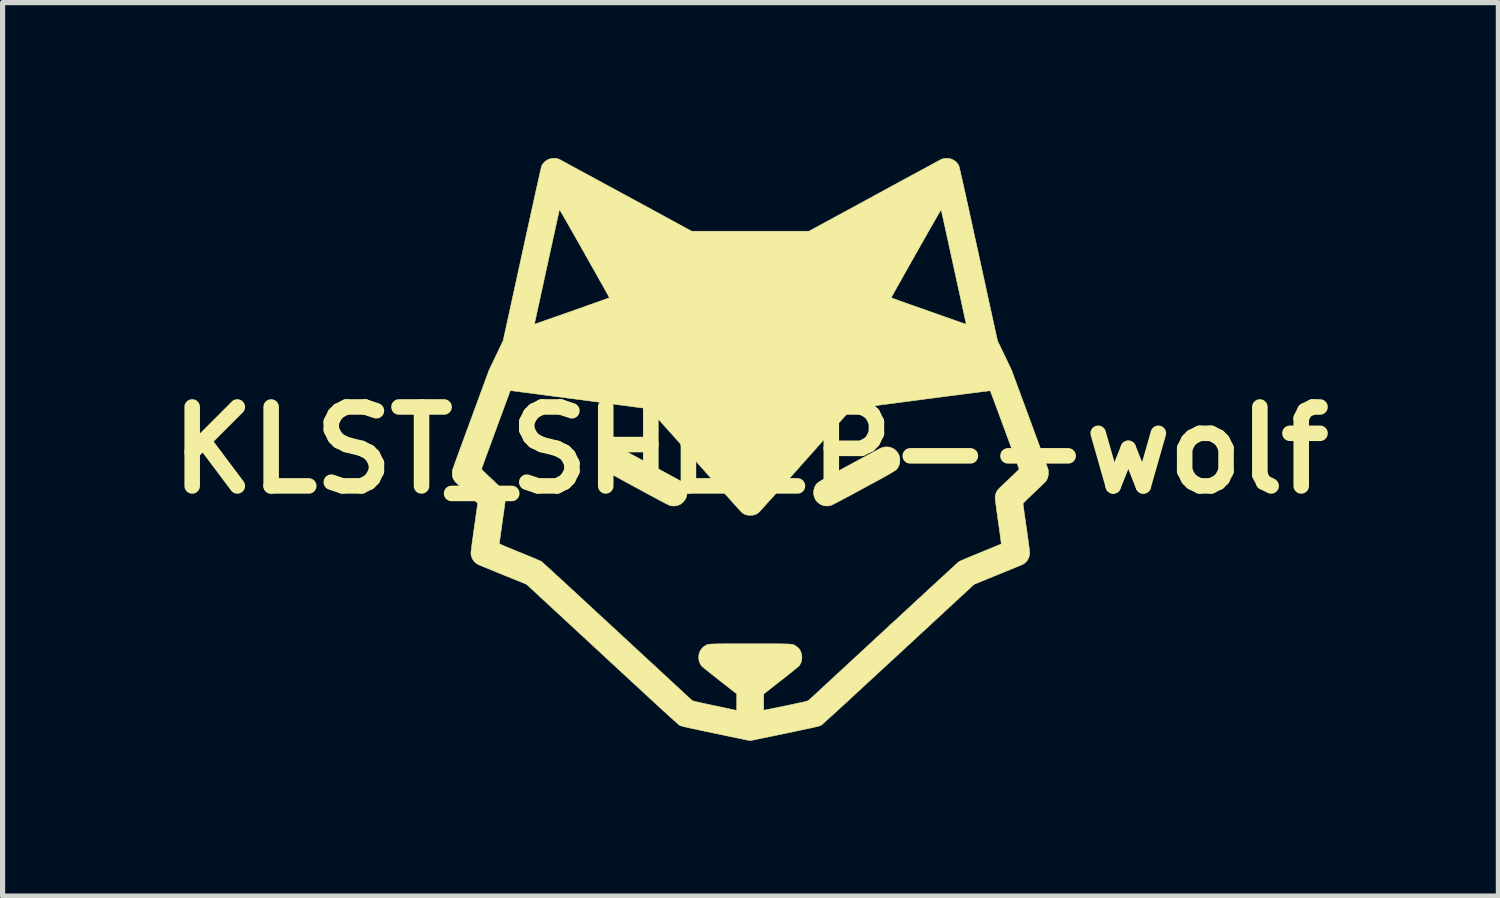
<source format=kicad_pcb>
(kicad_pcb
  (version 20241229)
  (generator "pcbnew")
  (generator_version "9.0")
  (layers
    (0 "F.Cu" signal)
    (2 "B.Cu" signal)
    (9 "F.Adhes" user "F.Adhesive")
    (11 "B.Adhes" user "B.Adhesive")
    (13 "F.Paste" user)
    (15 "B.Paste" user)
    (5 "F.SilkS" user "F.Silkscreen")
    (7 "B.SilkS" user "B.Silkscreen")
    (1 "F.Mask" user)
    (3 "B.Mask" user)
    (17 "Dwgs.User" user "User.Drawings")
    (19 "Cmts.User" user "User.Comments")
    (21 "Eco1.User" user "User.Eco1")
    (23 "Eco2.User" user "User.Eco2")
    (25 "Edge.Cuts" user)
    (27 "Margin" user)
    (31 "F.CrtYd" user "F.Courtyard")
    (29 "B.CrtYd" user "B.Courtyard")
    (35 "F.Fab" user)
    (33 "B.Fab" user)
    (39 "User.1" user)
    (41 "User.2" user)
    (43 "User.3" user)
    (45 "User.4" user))
  (footprint "KLST_SHEEP--wolf"
    (layer "F.Cu")
    (at 11.437 5.641)
    (property "Reference" "KLST_SHEEP--wolf" (at 0 0 0) (layer "F.SilkS") (effects (font (size 1.524 1.524) (thickness 0.3))))
    (attr through_hole)
    (fp_poly (pts (xy -2.587 -0.062) (xy -2.538 -0.048) (xy -2.526 -0.043) (xy -2.518 -0.039) (xy -2.501 -0.03) (xy -2.476 -0.016) (xy -2.443 0.001) (xy -2.403 0.023) (xy -2.357 0.047) (xy -2.306 0.075) (xy -2.25 0.105) (xy -2.19 0.137) (xy -2.128 0.171) (xy -2.063 0.206) (xy -1.996 0.242) (xy -1.929 0.278) (xy -1.863 0.315) (xy -1.796 0.351) (xy -1.732 0.386) (xy -1.67 0.419) (xy -1.611 0.451) (xy -1.556 0.481) (xy -1.505 0.509) (xy -1.46 0.533) (xy -1.421 0.554) (xy -1.39 0.572) (xy -1.365 0.585) (xy -1.35 0.594) (xy -1.345 0.596) (xy -1.323 0.612) (xy -1.299 0.635) (xy -1.276 0.66) (xy -1.259 0.684) (xy -1.254 0.693) (xy -1.237 0.736) (xy -1.228 0.783) (xy -1.225 0.832) (xy -1.23 0.877) (xy -1.231 0.88) (xy -1.246 0.924) (xy -1.271 0.967) (xy -1.303 1.004) (xy -1.34 1.035) (xy -1.367 1.05) (xy -1.419 1.069) (xy -1.47 1.077) (xy -1.521 1.074) (xy -1.552 1.068) (xy -1.561 1.064) (xy -1.576 1.058) (xy -1.596 1.048) (xy -1.623 1.035) (xy -1.657 1.018) (xy -1.697 0.996) (xy -1.745 0.971) (xy -1.801 0.941) (xy -1.865 0.907) (xy -1.937 0.868) (xy -2.019 0.824) (xy -2.109 0.775) (xy -2.184 0.734) (xy -2.261 0.693) (xy -2.335 0.652) (xy -2.406 0.614) (xy -2.473 0.577) (xy -2.536 0.542) (xy -2.594 0.51) (xy -2.646 0.482) (xy -2.692 0.456) (xy -2.73 0.434) (xy -2.762 0.417) (xy -2.785 0.403) (xy -2.799 0.395) (xy -2.803 0.392) (xy -2.836 0.358) (xy -2.862 0.317) (xy -2.879 0.272) (xy -2.889 0.223) (xy -2.89 0.173) (xy -2.882 0.124) (xy -2.865 0.077) (xy -2.85 0.051) (xy -2.819 0.011) (xy -2.78 -0.021) (xy -2.736 -0.044) (xy -2.688 -0.059) (xy -2.638 -0.065) (xy -2.587 -0.062)) (stroke (width 0.01) (type solid)) (fill yes) (layer "F.SilkS"))
    (fp_poly (pts (xy 2.662 -0.063) (xy 2.711 -0.052) (xy 2.757 -0.031) (xy 2.798 -0.002) (xy 2.834 0.036) (xy 2.845 0.052) (xy 2.866 0.092) (xy 2.879 0.134) (xy 2.884 0.181) (xy 2.883 0.21) (xy 2.882 0.237) (xy 2.879 0.258) (xy 2.873 0.277) (xy 2.864 0.298) (xy 2.86 0.307) (xy 2.855 0.318) (xy 2.85 0.328) (xy 2.845 0.338) (xy 2.839 0.347) (xy 2.833 0.356) (xy 2.824 0.365) (xy 2.813 0.375) (xy 2.8 0.385) (xy 2.783 0.397) (xy 2.763 0.411) (xy 2.738 0.426) (xy 2.708 0.444) (xy 2.673 0.464) (xy 2.632 0.487) (xy 2.584 0.514) (xy 2.53 0.544) (xy 2.468 0.578) (xy 2.398 0.616) (xy 2.319 0.658) (xy 2.231 0.706) (xy 2.177 0.735) (xy 2.083 0.786) (xy 1.997 0.833) (xy 1.921 0.874) (xy 1.853 0.91) (xy 1.793 0.942) (xy 1.741 0.97) (xy 1.696 0.994) (xy 1.658 1.014) (xy 1.625 1.03) (xy 1.599 1.044) (xy 1.578 1.054) (xy 1.561 1.061) (xy 1.549 1.066) (xy 1.541 1.069) (xy 1.54 1.069) (xy 1.485 1.077) (xy 1.43 1.073) (xy 1.423 1.072) (xy 1.378 1.058) (xy 1.334 1.034) (xy 1.295 1.003) (xy 1.263 0.966) (xy 1.258 0.959) (xy 1.236 0.914) (xy 1.223 0.865) (xy 1.219 0.814) (xy 1.224 0.763) (xy 1.239 0.714) (xy 1.255 0.682) (xy 1.26 0.673) (xy 1.265 0.665) (xy 1.271 0.657) (xy 1.278 0.649) (xy 1.286 0.641) (xy 1.297 0.632) (xy 1.31 0.622) (xy 1.327 0.61) (xy 1.348 0.597) (xy 1.372 0.582) (xy 1.402 0.565) (xy 1.437 0.545) (xy 1.478 0.522) (xy 1.526 0.495) (xy 1.581 0.465) (xy 1.643 0.431) (xy 1.714 0.392) (xy 1.793 0.349) (xy 1.882 0.301) (xy 1.897 0.293) (xy 1.972 0.252) (xy 2.045 0.212) (xy 2.115 0.174) (xy 2.182 0.138) (xy 2.244 0.105) (xy 2.302 0.073) (xy 2.354 0.046) (xy 2.399 0.021) (xy 2.438 0.000275) (xy 2.469 -0.016) (xy 2.491 -0.028) (xy 2.505 -0.035) (xy 2.508 -0.037) (xy 2.559 -0.056) (xy 2.61 -0.064) (xy 2.662 -0.063)) (stroke (width 0.01) (type solid)) (fill yes) (layer "F.SilkS"))
    (fp_poly (pts (xy -3.734 -5.63) (xy -3.693 -5.616) (xy -3.686 -5.613) (xy -3.669 -5.604) (xy -3.644 -5.59) (xy -3.609 -5.572) (xy -3.567 -5.549) (xy -3.517 -5.522) (xy -3.459 -5.49) (xy -3.395 -5.455) (xy -3.324 -5.417) (xy -3.247 -5.375) (xy -3.164 -5.33) (xy -3.076 -5.283) (xy -2.983 -5.232) (xy -2.886 -5.179) (xy -2.785 -5.124) (xy -2.68 -5.068) (xy -2.572 -5.009) (xy -2.462 -4.949) (xy -2.402 -4.917) (xy -1.136 -4.228) (xy 1.13 -4.228) (xy 2.392 -4.914) (xy 2.504 -4.975) (xy 2.613 -5.034) (xy 2.719 -5.092) (xy 2.822 -5.148) (xy 2.922 -5.202) (xy 3.017 -5.254) (xy 3.107 -5.303) (xy 3.193 -5.349) (xy 3.273 -5.393) (xy 3.348 -5.433) (xy 3.416 -5.47) (xy 3.477 -5.503) (xy 3.531 -5.533) (xy 3.578 -5.558) (xy 3.617 -5.579) (xy 3.647 -5.595) (xy 3.668 -5.606) (xy 3.68 -5.613) (xy 3.683 -5.614) (xy 3.731 -5.63) (xy 3.781 -5.636) (xy 3.831 -5.633) (xy 3.879 -5.62) (xy 3.923 -5.599) (xy 3.963 -5.57) (xy 3.997 -5.534) (xy 4.021 -5.496) (xy 4.023 -5.491) (xy 4.025 -5.481) (xy 4.029 -5.468) (xy 4.034 -5.45) (xy 4.039 -5.427) (xy 4.046 -5.398) (xy 4.054 -5.365) (xy 4.063 -5.325) (xy 4.074 -5.279) (xy 4.086 -5.226) (xy 4.099 -5.167) (xy 4.114 -5.101) (xy 4.13 -5.027) (xy 4.149 -4.945) (xy 4.168 -4.855) (xy 4.19 -4.757) (xy 4.214 -4.649) (xy 4.239 -4.533) (xy 4.267 -4.408) (xy 4.296 -4.272) (xy 4.328 -4.127) (xy 4.362 -3.971) (xy 4.399 -3.805) (xy 4.402 -3.789) (xy 4.768 -2.114) (xy 4.905 -1.829) (xy 5.041 -1.544) (xy 5.395 -0.584) (xy 5.748 0.375) (xy 5.75 0.427) (xy 5.749 0.483) (xy 5.737 0.533) (xy 5.716 0.578) (xy 5.694 0.608) (xy 5.686 0.616) (xy 5.671 0.63) (xy 5.65 0.651) (xy 5.623 0.678) (xy 5.591 0.708) (xy 5.555 0.742) (xy 5.516 0.779) (xy 5.476 0.818) (xy 5.469 0.824) (xy 5.427 0.864) (xy 5.389 0.901) (xy 5.353 0.935) (xy 5.323 0.965) (xy 5.298 0.99) (xy 5.279 1.01) (xy 5.267 1.023) (xy 5.262 1.03) (xy 5.262 1.03) (xy 5.262 1.037) (xy 5.264 1.055) (xy 5.268 1.082) (xy 5.273 1.117) (xy 5.279 1.161) (xy 5.285 1.211) (xy 5.293 1.267) (xy 5.302 1.328) (xy 5.311 1.394) (xy 5.321 1.463) (xy 5.325 1.492) (xy 5.336 1.563) (xy 5.345 1.632) (xy 5.354 1.697) (xy 5.363 1.757) (xy 5.37 1.813) (xy 5.377 1.862) (xy 5.382 1.904) (xy 5.386 1.938) (xy 5.389 1.963) (xy 5.39 1.979) (xy 5.39 1.981) (xy 5.385 2.033) (xy 5.369 2.082) (xy 5.344 2.126) (xy 5.311 2.165) (xy 5.27 2.196) (xy 5.251 2.206) (xy 5.241 2.21) (xy 5.221 2.219) (xy 5.193 2.231) (xy 5.156 2.246) (xy 5.112 2.264) (xy 5.062 2.285) (xy 5.007 2.307) (xy 4.947 2.332) (xy 4.883 2.358) (xy 4.816 2.385) (xy 4.768 2.405) (xy 4.318 2.588) (xy 2.855 3.941) (xy 2.717 4.068) (xy 2.587 4.188) (xy 2.465 4.301) (xy 2.351 4.406) (xy 2.244 4.505) (xy 2.145 4.597) (xy 2.052 4.682) (xy 1.967 4.761) (xy 1.888 4.834) (xy 1.815 4.901) (xy 1.749 4.962) (xy 1.688 5.017) (xy 1.634 5.067) (xy 1.585 5.112) (xy 1.541 5.152) (xy 1.503 5.186) (xy 1.469 5.216) (xy 1.441 5.242) (xy 1.417 5.263) (xy 1.397 5.281) (xy 1.382 5.294) (xy 1.37 5.303) (xy 1.362 5.309) (xy 1.359 5.312) (xy 1.353 5.315) (xy 1.345 5.318) (xy 1.335 5.321) (xy 1.322 5.325) (xy 1.305 5.33) (xy 1.284 5.335) (xy 1.258 5.341) (xy 1.227 5.348) (xy 1.19 5.357) (xy 1.146 5.366) (xy 1.095 5.377) (xy 1.036 5.39) (xy 0.968 5.404) (xy 0.892 5.42) (xy 0.806 5.439) (xy 0.709 5.459) (xy 0.687 5.464) (xy 0.603 5.481) (xy 0.522 5.498) (xy 0.444 5.514) (xy 0.371 5.529) (xy 0.302 5.544) (xy 0.239 5.557) (xy 0.183 5.568) (xy 0.133 5.578) (xy 0.091 5.587) (xy 0.058 5.593) (xy 0.034 5.598) (xy 0.02 5.6) (xy 0.017 5.601) (xy -0.005 5.602) (xy -0.025 5.602) (xy -0.033 5.601) (xy -0.041 5.599) (xy -0.059 5.596) (xy -0.087 5.59) (xy -0.124 5.583) (xy -0.169 5.573) (xy -0.221 5.562) (xy -0.28 5.55) (xy -0.345 5.537) (xy -0.416 5.522) (xy -0.491 5.506) (xy -0.57 5.489) (xy -0.652 5.472) (xy -0.691 5.464) (xy -0.79 5.443) (xy -0.879 5.425) (xy -0.957 5.408) (xy -1.026 5.393) (xy -1.087 5.38) (xy -1.14 5.369) (xy -1.185 5.359) (xy -1.224 5.35) (xy -1.256 5.343) (xy -1.283 5.337) (xy -1.305 5.331) (xy -1.323 5.326) (xy -1.337 5.322) (xy -1.348 5.319) (xy -1.356 5.316) (xy -1.363 5.312) (xy -1.365 5.311) (xy -1.37 5.308) (xy -1.378 5.302) (xy -1.39 5.292) (xy -1.406 5.278) (xy -1.425 5.261) (xy -1.449 5.24) (xy -1.478 5.214) (xy -1.511 5.184) (xy -1.549 5.15) (xy -1.592 5.111) (xy -1.64 5.067) (xy -1.694 5.018) (xy -1.754 4.963) (xy -1.819 4.903) (xy -1.891 4.837) (xy -1.969 4.765) (xy -2.053 4.687) (xy -2.144 4.603) (xy -2.243 4.512) (xy -2.348 4.415) (xy -2.461 4.311) (xy -2.581 4.199) (xy -2.71 4.081) (xy -2.846 3.955) (xy -2.861 3.94) (xy -4.324 2.587) (xy -4.774 2.405) (xy -4.842 2.377) (xy -4.909 2.35) (xy -4.971 2.324) (xy -5.03 2.3) (xy -5.084 2.278) (xy -5.132 2.258) (xy -5.174 2.241) (xy -5.208 2.227) (xy -5.234 2.216) (xy -5.251 2.208) (xy -5.257 2.206) (xy -5.3 2.178) (xy -5.337 2.143) (xy -5.365 2.101) (xy -5.385 2.055) (xy -5.395 2.006) (xy -5.396 1.985) (xy -5.396 1.974) (xy -5.393 1.953) (xy -5.39 1.922) (xy -5.385 1.883) (xy -5.379 1.837) (xy -5.372 1.784) (xy -5.364 1.725) (xy -5.355 1.661) (xy -5.346 1.593) (xy -5.336 1.523) (xy -5.331 1.487) (xy -5.265 1.024) (xy -5.315 0.976) (xy -5.331 0.961) (xy -5.353 0.939) (xy -5.381 0.912) (xy -5.414 0.881) (xy -5.45 0.848) (xy -5.487 0.812) (xy -5.525 0.776) (xy -5.526 0.776) (xy -5.562 0.741) (xy -5.596 0.709) (xy -5.628 0.679) (xy -5.655 0.652) (xy -5.677 0.631) (xy -5.693 0.615) (xy -5.702 0.605) (xy -5.703 0.604) (xy -5.714 0.588) (xy -5.727 0.567) (xy -5.737 0.548) (xy -5.746 0.527) (xy -5.751 0.507) (xy -5.755 0.486) (xy -5.756 0.459) (xy -5.757 0.431) (xy -5.756 0.405) (xy -5.753 0.385) (xy -5.752 0.381) (xy -5.75 0.373) (xy -5.745 0.359) (xy -5.191 0.359) (xy -5.19 0.363) (xy -5.185 0.37) (xy -5.177 0.381) (xy -5.163 0.395) (xy -5.145 0.414) (xy -5.12 0.439) (xy -5.089 0.469) (xy -5.05 0.506) (xy -5.008 0.545) (xy -4.959 0.591) (xy -4.918 0.631) (xy -4.883 0.664) (xy -4.854 0.691) (xy -4.831 0.714) (xy -4.812 0.732) (xy -4.798 0.747) (xy -4.787 0.76) (xy -4.778 0.77) (xy -4.771 0.78) (xy -4.766 0.789) (xy -4.761 0.798) (xy -4.756 0.808) (xy -4.754 0.811) (xy -4.748 0.824) (xy -4.743 0.836) (xy -4.738 0.849) (xy -4.735 0.862) (xy -4.732 0.877) (xy -4.731 0.894) (xy -4.731 0.914) (xy -4.732 0.939) (xy -4.734 0.968) (xy -4.738 1.003) (xy -4.743 1.045) (xy -4.749 1.093) (xy -4.757 1.15) (xy -4.766 1.215) (xy -4.777 1.29) (xy -4.789 1.376) (xy -4.789 1.377) (xy -4.799 1.444) (xy -4.808 1.509) (xy -4.816 1.569) (xy -4.824 1.624) (xy -4.831 1.673) (xy -4.837 1.716) (xy -4.841 1.751) (xy -4.845 1.778) (xy -4.847 1.795) (xy -4.847 1.802) (xy -4.845 1.805) (xy -4.837 1.81) (xy -4.824 1.817) (xy -4.806 1.825) (xy -4.78 1.837) (xy -4.748 1.851) (xy -4.708 1.868) (xy -4.659 1.888) (xy -4.602 1.911) (xy -4.536 1.939) (xy -4.459 1.97) (xy -4.451 1.973) (xy -4.387 1.999) (xy -4.326 2.024) (xy -4.268 2.048) (xy -4.215 2.07) (xy -4.167 2.09) (xy -4.125 2.108) (xy -4.09 2.123) (xy -4.062 2.135) (xy -4.044 2.143) (xy -4.035 2.148) (xy -4.035 2.148) (xy -4.029 2.152) (xy -4.016 2.165) (xy -3.994 2.184) (xy -3.965 2.21) (xy -3.93 2.243) (xy -3.887 2.282) (xy -3.838 2.327) (xy -3.783 2.378) (xy -3.722 2.434) (xy -3.655 2.495) (xy -3.583 2.561) (xy -3.506 2.632) (xy -3.425 2.707) (xy -3.339 2.786) (xy -3.249 2.869) (xy -3.156 2.956) (xy -3.059 3.045) (xy -2.959 3.138) (xy -2.856 3.233) (xy -2.75 3.33) (xy -2.643 3.43) (xy -2.575 3.492) (xy -2.467 3.592) (xy -2.36 3.691) (xy -2.256 3.788) (xy -2.154 3.882) (xy -2.055 3.973) (xy -1.96 4.061) (xy -1.868 4.146) (xy -1.78 4.227) (xy -1.696 4.305) (xy -1.617 4.378) (xy -1.543 4.447) (xy -1.473 4.511) (xy -1.409 4.57) (xy -1.351 4.624) (xy -1.299 4.673) (xy -1.253 4.715) (xy -1.213 4.752) (xy -1.181 4.782) (xy -1.155 4.805) (xy -1.138 4.821) (xy -1.128 4.831) (xy -1.125 4.833) (xy -1.12 4.835) (xy -1.11 4.839) (xy -1.093 4.844) (xy -1.07 4.85) (xy -1.04 4.857) (xy -1.002 4.866) (xy -0.955 4.876) (xy -0.9 4.888) (xy -0.835 4.902) (xy -0.76 4.918) (xy -0.691 4.933) (xy -0.623 4.947) (xy -0.559 4.961) (xy -0.5 4.973) (xy -0.445 4.985) (xy -0.396 4.995) (xy -0.353 5.005) (xy -0.318 5.012) (xy -0.292 5.018) (xy -0.274 5.021) (xy -0.267 5.023) (xy -0.267 5.023) (xy -0.266 5.018) (xy -0.266 5.003) (xy -0.266 4.979) (xy -0.266 4.948) (xy -0.265 4.912) (xy -0.265 4.872) (xy -0.265 4.863) (xy -0.265 4.703) (xy -0.598 4.443) (xy -0.652 4.4) (xy -0.703 4.36) (xy -0.752 4.321) (xy -0.797 4.285) (xy -0.837 4.253) (xy -0.872 4.225) (xy -0.901 4.201) (xy -0.924 4.182) (xy -0.938 4.169) (xy -0.945 4.163) (xy -0.955 4.147) (xy -0.967 4.126) (xy -0.978 4.105) (xy -0.992 4.064) (xy -0.999 4.018) (xy -0.998 3.971) (xy -0.991 3.926) (xy -0.991 3.925) (xy -0.973 3.879) (xy -0.945 3.836) (xy -0.91 3.799) (xy -0.87 3.771) (xy -0.863 3.767) (xy -0.855 3.763) (xy -0.847 3.759) (xy -0.839 3.756) (xy -0.831 3.753) (xy -0.821 3.75) (xy -0.809 3.748) (xy -0.795 3.746) (xy -0.778 3.744) (xy -0.758 3.742) (xy -0.733 3.741) (xy -0.704 3.74) (xy -0.669 3.739) (xy -0.628 3.738) (xy -0.581 3.738) (xy -0.527 3.737) (xy -0.465 3.737) (xy -0.395 3.737) (xy -0.315 3.737) (xy -0.227 3.737) (xy -0.128 3.737) (xy -0.019 3.737) (xy -0.003 3.737) (xy 0.108 3.737) (xy 0.208 3.737) (xy 0.299 3.737) (xy 0.379 3.737) (xy 0.451 3.737) (xy 0.514 3.737) (xy 0.57 3.738) (xy 0.618 3.738) (xy 0.66 3.739) (xy 0.696 3.74) (xy 0.726 3.741) (xy 0.751 3.742) (xy 0.772 3.744) (xy 0.79 3.746) (xy 0.804 3.748) (xy 0.816 3.75) (xy 0.825 3.753) (xy 0.834 3.756) (xy 0.841 3.759) (xy 0.849 3.763) (xy 0.857 3.768) (xy 0.858 3.768) (xy 0.904 3.799) (xy 0.941 3.836) (xy 0.967 3.879) (xy 0.985 3.928) (xy 0.992 3.982) (xy 0.992 4.015) (xy 0.985 4.066) (xy 0.97 4.111) (xy 0.945 4.154) (xy 0.939 4.162) (xy 0.932 4.169) (xy 0.916 4.182) (xy 0.894 4.201) (xy 0.864 4.226) (xy 0.829 4.254) (xy 0.788 4.287) (xy 0.743 4.323) (xy 0.694 4.362) (xy 0.643 4.403) (xy 0.589 4.444) (xy 0.257 4.705) (xy 0.255 4.86) (xy 0.255 4.9) (xy 0.255 4.937) (xy 0.256 4.969) (xy 0.256 4.994) (xy 0.257 5.011) (xy 0.258 5.018) (xy 0.258 5.018) (xy 0.264 5.017) (xy 0.28 5.015) (xy 0.306 5.01) (xy 0.34 5.003) (xy 0.382 4.995) (xy 0.43 4.985) (xy 0.485 4.974) (xy 0.544 4.962) (xy 0.608 4.949) (xy 0.674 4.935) (xy 0.685 4.933) (xy 0.763 4.916) (xy 0.831 4.902) (xy 0.89 4.889) (xy 0.94 4.878) (xy 0.982 4.869) (xy 1.017 4.862) (xy 1.045 4.855) (xy 1.067 4.849) (xy 1.085 4.845) (xy 1.098 4.841) (xy 1.108 4.837) (xy 1.115 4.834) (xy 1.121 4.831) (xy 1.125 4.828) (xy 1.125 4.827) (xy 1.131 4.822) (xy 1.144 4.81) (xy 1.166 4.79) (xy 1.194 4.764) (xy 1.23 4.731) (xy 1.272 4.692) (xy 1.321 4.647) (xy 1.376 4.596) (xy 1.437 4.54) (xy 1.503 4.478) (xy 1.575 4.412) (xy 1.651 4.341) (xy 1.733 4.266) (xy 1.818 4.187) (xy 1.908 4.104) (xy 2.001 4.018) (xy 2.098 3.928) (xy 2.198 3.836) (xy 2.3 3.741) (xy 2.405 3.644) (xy 2.513 3.544) (xy 2.571 3.491) (xy 2.679 3.39) (xy 2.786 3.292) (xy 2.89 3.196) (xy 2.992 3.102) (xy 3.09 3.011) (xy 3.186 2.922) (xy 3.278 2.838) (xy 3.366 2.756) (xy 3.449 2.679) (xy 3.529 2.606) (xy 3.604 2.537) (xy 3.673 2.473) (xy 3.738 2.414) (xy 3.796 2.36) (xy 3.849 2.311) (xy 3.895 2.269) (xy 3.935 2.232) (xy 3.968 2.202) (xy 3.993 2.179) (xy 4.011 2.163) (xy 4.022 2.154) (xy 4.024 2.152) (xy 4.034 2.146) (xy 4.054 2.137) (xy 4.083 2.124) (xy 4.121 2.108) (xy 4.167 2.088) (xy 4.22 2.066) (xy 4.279 2.041) (xy 4.345 2.014) (xy 4.416 1.985) (xy 4.444 1.973) (xy 4.507 1.948) (xy 4.567 1.923) (xy 4.624 1.9) (xy 4.675 1.879) (xy 4.722 1.86) (xy 4.761 1.843) (xy 4.794 1.83) (xy 4.819 1.819) (xy 4.835 1.813) (xy 4.841 1.81) (xy 4.841 1.81) (xy 4.841 1.804) (xy 4.84 1.787) (xy 4.836 1.761) (xy 4.832 1.727) (xy 4.826 1.685) (xy 4.82 1.636) (xy 4.812 1.581) (xy 4.804 1.521) (xy 4.795 1.457) (xy 4.785 1.39) (xy 4.784 1.382) (xy 4.774 1.313) (xy 4.765 1.246) (xy 4.756 1.183) (xy 4.748 1.125) (xy 4.741 1.071) (xy 4.735 1.025) (xy 4.73 0.985) (xy 4.726 0.954) (xy 4.724 0.931) (xy 4.723 0.919) (xy 4.723 0.919) (xy 4.726 0.881) (xy 4.734 0.846) (xy 4.749 0.81) (xy 4.753 0.8) (xy 4.757 0.792) (xy 4.762 0.784) (xy 4.767 0.776) (xy 4.774 0.768) (xy 4.782 0.758) (xy 4.794 0.745) (xy 4.809 0.73) (xy 4.828 0.711) (xy 4.852 0.688) (xy 4.881 0.66) (xy 4.917 0.626) (xy 4.959 0.586) (xy 5.008 0.54) (xy 5.046 0.504) (xy 5.081 0.471) (xy 5.112 0.441) (xy 5.139 0.415) (xy 5.161 0.394) (xy 5.177 0.378) (xy 5.185 0.369) (xy 5.187 0.367) (xy 5.185 0.361) (xy 5.18 0.345) (xy 5.171 0.32) (xy 5.159 0.287) (xy 5.144 0.246) (xy 5.126 0.198) (xy 5.106 0.143) (xy 5.085 0.084) (xy 5.061 0.019) (xy 5.036 -0.049) (xy 5.009 -0.121) (xy 4.982 -0.195) (xy 4.954 -0.271) (xy 4.926 -0.349) (xy 4.897 -0.426) (xy 4.868 -0.504) (xy 4.84 -0.58) (xy 4.813 -0.654) (xy 4.786 -0.726) (xy 4.761 -0.795) (xy 4.737 -0.86) (xy 4.714 -0.92) (xy 4.694 -0.975) (xy 4.676 -1.023) (xy 4.66 -1.065) (xy 4.647 -1.099) (xy 4.638 -1.124) (xy 4.631 -1.141) (xy 4.629 -1.148) (xy 4.628 -1.148) (xy 4.623 -1.148) (xy 4.606 -1.146) (xy 4.58 -1.143) (xy 4.544 -1.138) (xy 4.499 -1.133) (xy 4.446 -1.126) (xy 4.386 -1.118) (xy 4.318 -1.11) (xy 4.244 -1.1) (xy 4.165 -1.09) (xy 4.079 -1.079) (xy 3.99 -1.067) (xy 3.896 -1.055) (xy 3.798 -1.043) (xy 3.698 -1.03) (xy 3.595 -1.016) (xy 3.491 -1.003) (xy 3.386 -0.989) (xy 3.28 -0.975) (xy 3.174 -0.961) (xy 3.069 -0.947) (xy 2.965 -0.934) (xy 2.862 -0.92) (xy 2.763 -0.907) (xy 2.666 -0.894) (xy 2.573 -0.882) (xy 2.484 -0.87) (xy 2.4 -0.859) (xy 2.321 -0.849) (xy 2.249 -0.839) (xy 2.183 -0.83) (xy 2.124 -0.822) (xy 2.073 -0.815) (xy 2.03 -0.809) (xy 1.996 -0.805) (xy 1.972 -0.801) (xy 1.958 -0.799) (xy 1.955 -0.798) (xy 1.95 -0.794) (xy 1.937 -0.781) (xy 1.918 -0.76) (xy 1.891 -0.732) (xy 1.858 -0.695) (xy 1.818 -0.651) (xy 1.772 -0.6) (xy 1.72 -0.542) (xy 1.661 -0.477) (xy 1.597 -0.405) (xy 1.527 -0.327) (xy 1.451 -0.242) (xy 1.371 -0.152) (xy 1.285 -0.055) (xy 1.194 0.047) (xy 1.098 0.155) (xy 1.064 0.193) (xy 0.982 0.285) (xy 0.902 0.375) (xy 0.825 0.462) (xy 0.75 0.546) (xy 0.678 0.627) (xy 0.609 0.704) (xy 0.543 0.777) (xy 0.482 0.846) (xy 0.425 0.909) (xy 0.372 0.968) (xy 0.324 1.021) (xy 0.281 1.069) (xy 0.244 1.11) (xy 0.213 1.144) (xy 0.188 1.171) (xy 0.17 1.191) (xy 0.158 1.203) (xy 0.155 1.206) (xy 0.124 1.227) (xy 0.094 1.242) (xy 0.061 1.251) (xy 0.023 1.255) (xy -0.003 1.255) (xy -0.045 1.254) (xy -0.08 1.248) (xy -0.111 1.237) (xy -0.141 1.22) (xy -0.16 1.206) (xy -0.168 1.199) (xy -0.182 1.184) (xy -0.203 1.162) (xy -0.231 1.131) (xy -0.266 1.093) (xy -0.307 1.048) (xy -0.353 0.996) (xy -0.406 0.937) (xy -0.464 0.872) (xy -0.528 0.801) (xy -0.597 0.725) (xy -0.67 0.642) (xy -0.749 0.554) (xy -0.831 0.462) (xy -0.918 0.364) (xy -1.009 0.262) (xy -1.07 0.193) (xy -1.162 0.09) (xy -1.25 -0.009) (xy -1.333 -0.103) (xy -1.413 -0.192) (xy -1.489 -0.277) (xy -1.559 -0.356) (xy -1.625 -0.429) (xy -1.686 -0.497) (xy -1.741 -0.559) (xy -1.79 -0.614) (xy -1.834 -0.662) (xy -1.872 -0.704) (xy -1.903 -0.738) (xy -1.928 -0.765) (xy -1.946 -0.784) (xy -1.957 -0.795) (xy -1.961 -0.799) (xy -1.968 -0.8) (xy -1.987 -0.802) (xy -2.015 -0.806) (xy -2.052 -0.811) (xy -2.098 -0.818) (xy -2.153 -0.825) (xy -2.214 -0.833) (xy -2.283 -0.842) (xy -2.358 -0.852) (xy -2.439 -0.863) (xy -2.525 -0.874) (xy -2.615 -0.886) (xy -2.71 -0.899) (xy -2.808 -0.912) (xy -2.909 -0.925) (xy -3.011 -0.939) (xy -3.116 -0.953) (xy -3.221 -0.967) (xy -3.327 -0.981) (xy -3.433 -0.994) (xy -3.538 -1.008) (xy -3.642 -1.022) (xy -3.744 -1.035) (xy -3.843 -1.048) (xy -3.939 -1.061) (xy -4.031 -1.073) (xy -4.119 -1.085) (xy -4.203 -1.095) (xy -4.28 -1.106) (xy -4.352 -1.115) (xy -4.417 -1.123) (xy -4.475 -1.131) (xy -4.524 -1.137) (xy -4.566 -1.143) (xy -4.598 -1.147) (xy -4.621 -1.149) (xy -4.633 -1.151) (xy -4.636 -1.151) (xy -4.638 -1.146) (xy -4.644 -1.13) (xy -4.653 -1.106) (xy -4.665 -1.073) (xy -4.68 -1.032) (xy -4.698 -0.984) (xy -4.718 -0.931) (xy -4.74 -0.871) (xy -4.763 -0.807) (xy -4.788 -0.739) (xy -4.815 -0.667) (xy -4.842 -0.593) (xy -4.87 -0.517) (xy -4.898 -0.44) (xy -4.927 -0.363) (xy -4.955 -0.285) (xy -4.983 -0.209) (xy -5.01 -0.135) (xy -5.037 -0.063) (xy -5.062 0.006) (xy -5.086 0.071) (xy -5.108 0.131) (xy -5.128 0.185) (xy -5.145 0.234) (xy -5.161 0.276) (xy -5.173 0.31) (xy -5.182 0.335) (xy -5.188 0.352) (xy -5.191 0.359) (xy -5.191 0.359) (xy -5.745 0.359) (xy -5.743 0.355) (xy -5.733 0.327) (xy -5.72 0.291) (xy -5.704 0.246) (xy -5.685 0.193) (xy -5.663 0.133) (xy -5.639 0.067) (xy -5.612 -0.006) (xy -5.583 -0.085) (xy -5.553 -0.168) (xy -5.52 -0.257) (xy -5.487 -0.349) (xy -5.451 -0.445) (xy -5.415 -0.543) (xy -5.396 -0.594) (xy -5.047 -1.544) (xy -4.911 -1.829) (xy -4.774 -2.114) (xy -4.704 -2.434) (xy -4.169 -2.434) (xy -4.167 -2.433) (xy -4.162 -2.435) (xy -4.146 -2.44) (xy -4.121 -2.449) (xy -4.087 -2.461) (xy -4.044 -2.475) (xy -3.995 -2.493) (xy -3.938 -2.513) (xy -3.875 -2.535) (xy -3.806 -2.559) (xy -3.733 -2.585) (xy -3.654 -2.612) (xy -3.572 -2.641) (xy -3.487 -2.671) (xy -3.444 -2.686) (xy -3.358 -2.717) (xy -3.274 -2.746) (xy -3.194 -2.775) (xy -3.118 -2.802) (xy -3.047 -2.827) (xy -2.981 -2.85) (xy -2.921 -2.871) (xy -2.868 -2.89) (xy -2.822 -2.907) (xy -2.784 -2.92) (xy -2.755 -2.931) (xy -2.735 -2.938) (xy -2.724 -2.942) (xy -2.722 -2.943) (xy -2.722 -2.943) (xy 2.717 -2.943) (xy 2.722 -2.94) (xy 2.738 -2.935) (xy 2.763 -2.926) (xy 2.796 -2.914) (xy 2.837 -2.899) (xy 2.884 -2.882) (xy 2.938 -2.863) (xy 2.997 -2.842) (xy 3.061 -2.819) (xy 3.129 -2.795) (xy 3.2 -2.77) (xy 3.273 -2.744) (xy 3.348 -2.718) (xy 3.424 -2.691) (xy 3.499 -2.664) (xy 3.575 -2.638) (xy 3.649 -2.612) (xy 3.721 -2.586) (xy 3.79 -2.562) (xy 3.855 -2.539) (xy 3.916 -2.518) (xy 3.972 -2.498) (xy 4.022 -2.48) (xy 4.065 -2.465) (xy 4.102 -2.453) (xy 4.129 -2.443) (xy 4.149 -2.437) (xy 4.158 -2.434) (xy 4.159 -2.433) (xy 4.164 -2.437) (xy 4.163 -2.443) (xy 4.162 -2.449) (xy 4.158 -2.466) (xy 4.152 -2.493) (xy 4.144 -2.529) (xy 4.134 -2.574) (xy 4.123 -2.628) (xy 4.109 -2.689) (xy 4.094 -2.758) (xy 4.078 -2.834) (xy 4.06 -2.916) (xy 4.041 -3.003) (xy 4.021 -3.096) (xy 3.999 -3.193) (xy 3.977 -3.294) (xy 3.954 -3.399) (xy 3.931 -3.507) (xy 3.923 -3.542) (xy 3.899 -3.651) (xy 3.876 -3.757) (xy 3.854 -3.859) (xy 3.832 -3.958) (xy 3.812 -4.052) (xy 3.792 -4.141) (xy 3.774 -4.225) (xy 3.757 -4.303) (xy 3.741 -4.373) (xy 3.727 -4.437) (xy 3.715 -4.493) (xy 3.704 -4.541) (xy 3.695 -4.58) (xy 3.689 -4.61) (xy 3.684 -4.63) (xy 3.682 -4.64) (xy 3.682 -4.641) (xy 3.679 -4.639) (xy 3.673 -4.631) (xy 3.664 -4.616) (xy 3.65 -4.594) (xy 3.633 -4.565) (xy 3.612 -4.529) (xy 3.586 -4.484) (xy 3.556 -4.432) (xy 3.522 -4.372) (xy 3.482 -4.304) (xy 3.438 -4.227) (xy 3.39 -4.141) (xy 3.336 -4.046) (xy 3.277 -3.942) (xy 3.212 -3.828) (xy 3.195 -3.798) (xy 3.144 -3.707) (xy 3.094 -3.619) (xy 3.047 -3.534) (xy 3.001 -3.453) (xy 2.957 -3.376) (xy 2.917 -3.303) (xy 2.879 -3.236) (xy 2.844 -3.174) (xy 2.813 -3.119) (xy 2.786 -3.07) (xy 2.763 -3.028) (xy 2.744 -2.994) (xy 2.73 -2.968) (xy 2.721 -2.951) (xy 2.717 -2.943) (xy 2.717 -2.943) (xy -2.722 -2.943) (xy -2.725 -2.948) (xy -2.733 -2.962) (xy -2.745 -2.986) (xy -2.763 -3.017) (xy -2.785 -3.057) (xy -2.811 -3.103) (xy -2.84 -3.157) (xy -2.874 -3.217) (xy -2.911 -3.282) (xy -2.951 -3.353) (xy -2.993 -3.429) (xy -3.038 -3.509) (xy -3.086 -3.593) (xy -3.135 -3.68) (xy -3.186 -3.77) (xy -3.201 -3.798) (xy -3.253 -3.889) (xy -3.302 -3.977) (xy -3.35 -4.061) (xy -3.396 -4.142) (xy -3.44 -4.219) (xy -3.481 -4.291) (xy -3.519 -4.358) (xy -3.554 -4.419) (xy -3.586 -4.474) (xy -3.613 -4.522) (xy -3.637 -4.564) (xy -3.657 -4.597) (xy -3.671 -4.622) (xy -3.681 -4.639) (xy -3.686 -4.646) (xy -3.686 -4.646) (xy -3.688 -4.64) (xy -3.692 -4.624) (xy -3.698 -4.598) (xy -3.706 -4.562) (xy -3.715 -4.517) (xy -3.727 -4.464) (xy -3.741 -4.403) (xy -3.756 -4.335) (xy -3.772 -4.26) (xy -3.79 -4.179) (xy -3.809 -4.092) (xy -3.829 -3.999) (xy -3.851 -3.902) (xy -3.873 -3.801) (xy -3.896 -3.696) (xy -3.919 -3.588) (xy -3.928 -3.548) (xy -3.952 -3.438) (xy -3.975 -3.332) (xy -3.997 -3.229) (xy -4.019 -3.13) (xy -4.04 -3.036) (xy -4.059 -2.946) (xy -4.077 -2.862) (xy -4.094 -2.784) (xy -4.11 -2.713) (xy -4.124 -2.649) (xy -4.136 -2.593) (xy -4.147 -2.544) (xy -4.156 -2.505) (xy -4.162 -2.474) (xy -4.167 -2.454) (xy -4.169 -2.444) (xy -4.169 -2.443) (xy -4.169 -2.434) (xy -4.704 -2.434) (xy -4.408 -3.79) (xy -4.371 -3.958) (xy -4.337 -4.116) (xy -4.304 -4.264) (xy -4.274 -4.401) (xy -4.246 -4.528) (xy -4.22 -4.646) (xy -4.196 -4.755) (xy -4.174 -4.855) (xy -4.154 -4.947) (xy -4.136 -5.03) (xy -4.119 -5.105) (xy -4.104 -5.172) (xy -4.09 -5.233) (xy -4.078 -5.286) (xy -4.068 -5.332) (xy -4.059 -5.372) (xy -4.051 -5.406) (xy -4.044 -5.434) (xy -4.038 -5.457) (xy -4.034 -5.474) (xy -4.03 -5.487) (xy -4.028 -5.494) (xy -4.027 -5.497) (xy -4 -5.538) (xy -3.966 -5.573) (xy -3.926 -5.601) (xy -3.881 -5.621) (xy -3.833 -5.633) (xy -3.783 -5.636) (xy -3.734 -5.63)) (stroke (width 0.01) (type solid)) (fill yes) (layer "F.SilkS")))
  (gr_rect
    (start -3 -3)
    (end 25.875 14.248)
    (stroke (width 0.1) (type default))
    (fill no)
    (layer "Edge.Cuts")))
</source>
